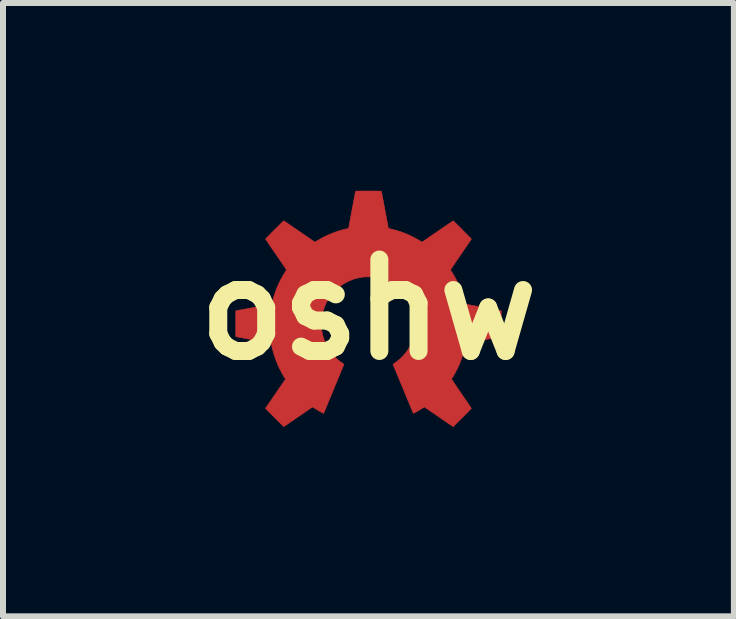
<source format=kicad_pcb>
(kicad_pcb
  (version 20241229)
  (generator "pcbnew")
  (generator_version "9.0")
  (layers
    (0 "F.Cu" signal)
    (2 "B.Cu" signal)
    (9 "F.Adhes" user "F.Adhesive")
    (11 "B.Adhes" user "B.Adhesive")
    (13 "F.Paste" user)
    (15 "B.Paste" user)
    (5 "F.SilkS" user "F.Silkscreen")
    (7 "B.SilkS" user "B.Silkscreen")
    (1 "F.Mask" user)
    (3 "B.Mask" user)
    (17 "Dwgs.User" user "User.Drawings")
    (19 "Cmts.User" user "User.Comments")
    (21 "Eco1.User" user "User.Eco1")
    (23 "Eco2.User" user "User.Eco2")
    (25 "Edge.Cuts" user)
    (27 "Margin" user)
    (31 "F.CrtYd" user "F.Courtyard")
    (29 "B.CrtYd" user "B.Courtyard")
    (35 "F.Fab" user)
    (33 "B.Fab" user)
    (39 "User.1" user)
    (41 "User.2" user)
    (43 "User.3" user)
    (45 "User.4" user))
  (footprint "oshw"
    (layer "F.Cu")
    (at 3.092 2.111)
    (property "Reference" "oshw" (at 0 0 0) (layer "F.SilkS") (effects (font (size 1.524 1.524) (thickness 0.3))))
    (attr through_hole)
    (fp_poly (pts (xy 0.034 -1.977) (xy 0.06 -1.977) (xy 0.086 -1.977) (xy 0.111 -1.976) (xy 0.134 -1.976) (xy 0.155 -1.976) (xy 0.173 -1.976) (xy 0.189 -1.975) (xy 0.201 -1.975) (xy 0.21 -1.974) (xy 0.215 -1.974) (xy 0.215 -1.974) (xy 0.216 -1.971) (xy 0.217 -1.964) (xy 0.219 -1.953) (xy 0.222 -1.939) (xy 0.225 -1.921) (xy 0.229 -1.899) (xy 0.234 -1.875) (xy 0.239 -1.848) (xy 0.245 -1.819) (xy 0.25 -1.787) (xy 0.257 -1.754) (xy 0.263 -1.719) (xy 0.27 -1.682) (xy 0.274 -1.662) (xy 0.331 -1.354) (xy 0.365 -1.346) (xy 0.448 -1.325) (xy 0.53 -1.3) (xy 0.611 -1.27) (xy 0.69 -1.236) (xy 0.768 -1.197) (xy 0.843 -1.155) (xy 0.866 -1.141) (xy 0.876 -1.135) (xy 0.884 -1.131) (xy 0.891 -1.127) (xy 0.895 -1.126) (xy 0.895 -1.126) (xy 0.897 -1.128) (xy 0.903 -1.132) (xy 0.912 -1.138) (xy 0.924 -1.146) (xy 0.939 -1.157) (xy 0.957 -1.169) (xy 0.978 -1.183) (xy 1 -1.199) (xy 1.025 -1.215) (xy 1.051 -1.234) (xy 1.079 -1.253) (xy 1.109 -1.273) (xy 1.139 -1.294) (xy 1.154 -1.304) (xy 1.185 -1.325) (xy 1.215 -1.346) (xy 1.243 -1.365) (xy 1.271 -1.384) (xy 1.296 -1.401) (xy 1.32 -1.417) (xy 1.341 -1.432) (xy 1.36 -1.445) (xy 1.376 -1.456) (xy 1.39 -1.465) (xy 1.401 -1.472) (xy 1.408 -1.477) (xy 1.412 -1.48) (xy 1.412 -1.48) (xy 1.414 -1.479) (xy 1.419 -1.474) (xy 1.427 -1.467) (xy 1.437 -1.457) (xy 1.449 -1.445) (xy 1.463 -1.431) (xy 1.478 -1.416) (xy 1.495 -1.399) (xy 1.513 -1.381) (xy 1.532 -1.363) (xy 1.551 -1.344) (xy 1.57 -1.324) (xy 1.589 -1.305) (xy 1.608 -1.286) (xy 1.626 -1.268) (xy 1.644 -1.251) (xy 1.66 -1.234) (xy 1.674 -1.22) (xy 1.687 -1.207) (xy 1.698 -1.196) (xy 1.706 -1.187) (xy 1.712 -1.181) (xy 1.715 -1.178) (xy 1.716 -1.177) (xy 1.714 -1.175) (xy 1.711 -1.169) (xy 1.705 -1.16) (xy 1.696 -1.148) (xy 1.686 -1.133) (xy 1.674 -1.115) (xy 1.66 -1.095) (xy 1.645 -1.073) (xy 1.628 -1.048) (xy 1.61 -1.022) (xy 1.591 -0.994) (xy 1.571 -0.965) (xy 1.55 -0.934) (xy 1.541 -0.921) (xy 1.52 -0.89) (xy 1.499 -0.86) (xy 1.48 -0.832) (xy 1.461 -0.805) (xy 1.444 -0.779) (xy 1.428 -0.756) (xy 1.414 -0.735) (xy 1.401 -0.716) (xy 1.39 -0.699) (xy 1.381 -0.686) (xy 1.374 -0.675) (xy 1.369 -0.668) (xy 1.366 -0.664) (xy 1.366 -0.664) (xy 1.367 -0.661) (xy 1.371 -0.655) (xy 1.376 -0.647) (xy 1.382 -0.638) (xy 1.384 -0.634) (xy 1.407 -0.597) (xy 1.431 -0.557) (xy 1.454 -0.515) (xy 1.476 -0.472) (xy 1.496 -0.431) (xy 1.503 -0.416) (xy 1.522 -0.372) (xy 1.541 -0.325) (xy 1.558 -0.276) (xy 1.574 -0.226) (xy 1.589 -0.177) (xy 1.601 -0.131) (xy 1.601 -0.129) (xy 1.61 -0.093) (xy 1.62 -0.091) (xy 1.623 -0.09) (xy 1.631 -0.088) (xy 1.642 -0.086) (xy 1.658 -0.083) (xy 1.676 -0.08) (xy 1.698 -0.076) (xy 1.723 -0.071) (xy 1.751 -0.066) (xy 1.78 -0.061) (xy 1.812 -0.055) (xy 1.845 -0.048) (xy 1.88 -0.042) (xy 1.916 -0.035) (xy 1.921 -0.034) (xy 2.212 0.02) (xy 2.212 0.235) (xy 2.212 0.271) (xy 2.212 0.303) (xy 2.212 0.331) (xy 2.212 0.355) (xy 2.212 0.376) (xy 2.212 0.394) (xy 2.212 0.408) (xy 2.211 0.42) (xy 2.211 0.429) (xy 2.211 0.436) (xy 2.211 0.442) (xy 2.21 0.446) (xy 2.21 0.448) (xy 2.209 0.45) (xy 2.209 0.45) (xy 2.208 0.451) (xy 2.205 0.451) (xy 2.198 0.453) (xy 2.187 0.455) (xy 2.173 0.457) (xy 2.154 0.461) (xy 2.133 0.465) (xy 2.109 0.469) (xy 2.082 0.474) (xy 2.053 0.48) (xy 2.022 0.486) (xy 1.988 0.492) (xy 1.954 0.498) (xy 1.918 0.505) (xy 1.913 0.506) (xy 1.621 0.56) (xy 1.613 0.6) (xy 1.594 0.682) (xy 1.57 0.763) (xy 1.542 0.842) (xy 1.511 0.92) (xy 1.475 0.996) (xy 1.436 1.07) (xy 1.404 1.124) (xy 1.398 1.135) (xy 1.392 1.144) (xy 1.387 1.151) (xy 1.385 1.156) (xy 1.384 1.157) (xy 1.385 1.16) (xy 1.389 1.166) (xy 1.395 1.175) (xy 1.404 1.188) (xy 1.414 1.205) (xy 1.427 1.224) (xy 1.442 1.246) (xy 1.46 1.272) (xy 1.479 1.3) (xy 1.499 1.33) (xy 1.522 1.363) (xy 1.546 1.399) (xy 1.549 1.402) (xy 1.569 1.432) (xy 1.589 1.461) (xy 1.608 1.489) (xy 1.626 1.515) (xy 1.643 1.539) (xy 1.658 1.562) (xy 1.672 1.582) (xy 1.684 1.6) (xy 1.694 1.616) (xy 1.703 1.628) (xy 1.709 1.638) (xy 1.713 1.644) (xy 1.714 1.646) (xy 1.714 1.646) (xy 1.713 1.648) (xy 1.708 1.654) (xy 1.701 1.661) (xy 1.691 1.672) (xy 1.678 1.685) (xy 1.664 1.7) (xy 1.647 1.716) (xy 1.629 1.735) (xy 1.609 1.754) (xy 1.589 1.775) (xy 1.567 1.797) (xy 1.563 1.8) (xy 1.412 1.951) (xy 1.203 1.808) (xy 1.174 1.788) (xy 1.146 1.769) (xy 1.119 1.75) (xy 1.093 1.732) (xy 1.069 1.716) (xy 1.046 1.7) (xy 1.025 1.686) (xy 1.007 1.673) (xy 0.991 1.662) (xy 0.978 1.653) (xy 0.969 1.647) (xy 0.963 1.643) (xy 0.931 1.621) (xy 0.91 1.636) (xy 0.896 1.645) (xy 0.881 1.654) (xy 0.865 1.664) (xy 0.848 1.674) (xy 0.831 1.684) (xy 0.814 1.694) (xy 0.799 1.703) (xy 0.784 1.711) (xy 0.771 1.717) (xy 0.761 1.723) (xy 0.753 1.726) (xy 0.749 1.728) (xy 0.747 1.728) (xy 0.746 1.726) (xy 0.744 1.719) (xy 0.74 1.709) (xy 0.734 1.696) (xy 0.727 1.679) (xy 0.719 1.659) (xy 0.71 1.637) (xy 0.699 1.612) (xy 0.688 1.584) (xy 0.676 1.555) (xy 0.663 1.524) (xy 0.649 1.492) (xy 0.635 1.458) (xy 0.621 1.423) (xy 0.606 1.388) (xy 0.592 1.352) (xy 0.577 1.316) (xy 0.562 1.28) (xy 0.547 1.244) (xy 0.532 1.209) (xy 0.518 1.175) (xy 0.504 1.141) (xy 0.491 1.109) (xy 0.478 1.079) (xy 0.467 1.05) (xy 0.456 1.023) (xy 0.445 0.999) (xy 0.437 0.977) (xy 0.429 0.959) (xy 0.422 0.943) (xy 0.417 0.93) (xy 0.413 0.921) (xy 0.411 0.916) (xy 0.411 0.915) (xy 0.411 0.913) (xy 0.412 0.911) (xy 0.414 0.908) (xy 0.419 0.904) (xy 0.428 0.898) (xy 0.438 0.891) (xy 0.466 0.872) (xy 0.49 0.852) (xy 0.514 0.832) (xy 0.538 0.81) (xy 0.555 0.793) (xy 0.579 0.769) (xy 0.599 0.746) (xy 0.618 0.723) (xy 0.636 0.7) (xy 0.654 0.674) (xy 0.655 0.673) (xy 0.686 0.622) (xy 0.713 0.569) (xy 0.736 0.515) (xy 0.755 0.459) (xy 0.769 0.401) (xy 0.78 0.341) (xy 0.783 0.314) (xy 0.784 0.3) (xy 0.785 0.283) (xy 0.785 0.263) (xy 0.786 0.242) (xy 0.786 0.221) (xy 0.785 0.201) (xy 0.785 0.183) (xy 0.784 0.168) (xy 0.783 0.162) (xy 0.775 0.102) (xy 0.763 0.046) (xy 0.747 -0.009) (xy 0.727 -0.061) (xy 0.704 -0.112) (xy 0.676 -0.163) (xy 0.664 -0.182) (xy 0.631 -0.231) (xy 0.594 -0.276) (xy 0.554 -0.319) (xy 0.511 -0.359) (xy 0.465 -0.396) (xy 0.416 -0.429) (xy 0.364 -0.458) (xy 0.311 -0.484) (xy 0.255 -0.506) (xy 0.251 -0.507) (xy 0.215 -0.518) (xy 0.177 -0.528) (xy 0.138 -0.536) (xy 0.099 -0.542) (xy 0.074 -0.545) (xy 0.059 -0.546) (xy 0.04 -0.547) (xy 0.02 -0.547) (xy -0.002 -0.547) (xy -0.023 -0.547) (xy -0.044 -0.547) (xy -0.061 -0.546) (xy -0.073 -0.545) (xy -0.132 -0.537) (xy -0.189 -0.525) (xy -0.245 -0.509) (xy -0.3 -0.488) (xy -0.353 -0.464) (xy -0.404 -0.436) (xy -0.453 -0.404) (xy -0.499 -0.369) (xy -0.543 -0.33) (xy -0.583 -0.289) (xy -0.621 -0.244) (xy -0.655 -0.196) (xy -0.686 -0.146) (xy -0.701 -0.118) (xy -0.725 -0.066) (xy -0.744 -0.015) (xy -0.76 0.038) (xy -0.773 0.092) (xy -0.781 0.148) (xy -0.782 0.151) (xy -0.783 0.168) (xy -0.785 0.189) (xy -0.785 0.212) (xy -0.786 0.236) (xy -0.786 0.259) (xy -0.785 0.282) (xy -0.784 0.302) (xy -0.783 0.314) (xy -0.775 0.374) (xy -0.762 0.431) (xy -0.746 0.487) (xy -0.725 0.541) (xy -0.702 0.591) (xy -0.673 0.644) (xy -0.64 0.694) (xy -0.603 0.742) (xy -0.563 0.786) (xy -0.52 0.828) (xy -0.473 0.866) (xy -0.432 0.895) (xy -0.423 0.901) (xy -0.416 0.907) (xy -0.411 0.911) (xy -0.41 0.913) (xy -0.41 0.913) (xy -0.411 0.915) (xy -0.413 0.922) (xy -0.417 0.932) (xy -0.423 0.946) (xy -0.43 0.963) (xy -0.439 0.984) (xy -0.449 1.007) (xy -0.46 1.034) (xy -0.472 1.063) (xy -0.484 1.094) (xy -0.498 1.127) (xy -0.513 1.163) (xy -0.528 1.2) (xy -0.544 1.238) (xy -0.561 1.278) (xy -0.576 1.314) (xy -0.593 1.355) (xy -0.609 1.395) (xy -0.625 1.434) (xy -0.641 1.471) (xy -0.655 1.506) (xy -0.669 1.54) (xy -0.682 1.571) (xy -0.694 1.6) (xy -0.705 1.626) (xy -0.715 1.65) (xy -0.723 1.671) (xy -0.731 1.688) (xy -0.736 1.702) (xy -0.741 1.712) (xy -0.743 1.719) (xy -0.744 1.721) (xy -0.748 1.73) (xy -0.762 1.722) (xy -0.778 1.714) (xy -0.796 1.704) (xy -0.816 1.693) (xy -0.838 1.68) (xy -0.859 1.667) (xy -0.88 1.655) (xy -0.899 1.643) (xy -0.913 1.633) (xy -0.922 1.628) (xy -0.929 1.624) (xy -0.933 1.623) (xy -0.934 1.623) (xy -0.936 1.625) (xy -0.942 1.629) (xy -0.951 1.635) (xy -0.963 1.643) (xy -0.977 1.653) (xy -0.994 1.665) (xy -1.014 1.678) (xy -1.035 1.692) (xy -1.057 1.708) (xy -1.081 1.724) (xy -1.106 1.741) (xy -1.131 1.759) (xy -1.157 1.776) (xy -1.183 1.794) (xy -1.209 1.812) (xy -1.235 1.83) (xy -1.26 1.847) (xy -1.284 1.863) (xy -1.307 1.879) (xy -1.328 1.893) (xy -1.347 1.907) (xy -1.365 1.919) (xy -1.379 1.929) (xy -1.392 1.937) (xy -1.401 1.943) (xy -1.407 1.948) (xy -1.41 1.949) (xy -1.41 1.949) (xy -1.412 1.948) (xy -1.417 1.944) (xy -1.425 1.936) (xy -1.435 1.927) (xy -1.448 1.914) (xy -1.462 1.9) (xy -1.479 1.884) (xy -1.497 1.866) (xy -1.517 1.846) (xy -1.538 1.825) (xy -1.56 1.804) (xy -1.564 1.799) (xy -1.592 1.771) (xy -1.617 1.746) (xy -1.638 1.724) (xy -1.657 1.706) (xy -1.673 1.689) (xy -1.686 1.676) (xy -1.696 1.665) (xy -1.704 1.656) (xy -1.71 1.65) (xy -1.713 1.646) (xy -1.714 1.644) (xy -1.714 1.644) (xy -1.713 1.641) (xy -1.709 1.636) (xy -1.703 1.626) (xy -1.694 1.614) (xy -1.684 1.599) (xy -1.671 1.581) (xy -1.658 1.561) (xy -1.642 1.538) (xy -1.625 1.514) (xy -1.608 1.488) (xy -1.589 1.46) (xy -1.569 1.431) (xy -1.548 1.401) (xy -1.548 1.401) (xy -1.527 1.371) (xy -1.507 1.342) (xy -1.489 1.314) (xy -1.471 1.288) (xy -1.454 1.264) (xy -1.439 1.242) (xy -1.425 1.222) (xy -1.413 1.204) (xy -1.403 1.189) (xy -1.394 1.176) (xy -1.388 1.167) (xy -1.385 1.162) (xy -1.383 1.159) (xy -1.383 1.159) (xy -1.384 1.157) (xy -1.387 1.151) (xy -1.392 1.143) (xy -1.398 1.134) (xy -1.4 1.131) (xy -1.442 1.058) (xy -1.482 0.983) (xy -1.517 0.905) (xy -1.548 0.826) (xy -1.575 0.746) (xy -1.598 0.664) (xy -1.612 0.604) (xy -1.615 0.59) (xy -1.617 0.579) (xy -1.619 0.569) (xy -1.621 0.563) (xy -1.622 0.56) (xy -1.622 0.56) (xy -1.624 0.559) (xy -1.63 0.558) (xy -1.641 0.556) (xy -1.655 0.554) (xy -1.673 0.55) (xy -1.694 0.546) (xy -1.718 0.542) (xy -1.744 0.537) (xy -1.773 0.532) (xy -1.804 0.526) (xy -1.837 0.52) (xy -1.872 0.513) (xy -1.907 0.507) (xy -1.912 0.506) (xy -1.948 0.499) (xy -1.983 0.493) (xy -2.016 0.487) (xy -2.048 0.481) (xy -2.077 0.475) (xy -2.104 0.47) (xy -2.129 0.466) (xy -2.151 0.462) (xy -2.169 0.458) (xy -2.184 0.455) (xy -2.196 0.453) (xy -2.204 0.452) (xy -2.207 0.451) (xy -2.207 0.451) (xy -2.212 0.45) (xy -2.212 0.235) (xy -2.212 0.02) (xy -1.915 -0.035) (xy -1.878 -0.042) (xy -1.843 -0.049) (xy -1.809 -0.055) (xy -1.778 -0.061) (xy -1.748 -0.066) (xy -1.72 -0.072) (xy -1.695 -0.076) (xy -1.673 -0.08) (xy -1.654 -0.084) (xy -1.638 -0.087) (xy -1.626 -0.089) (xy -1.618 -0.091) (xy -1.614 -0.091) (xy -1.614 -0.091) (xy -1.612 -0.093) (xy -1.61 -0.098) (xy -1.607 -0.105) (xy -1.604 -0.117) (xy -1.601 -0.129) (xy -1.581 -0.205) (xy -1.557 -0.281) (xy -1.528 -0.357) (xy -1.496 -0.431) (xy -1.46 -0.504) (xy -1.42 -0.575) (xy -1.387 -0.629) (xy -1.38 -0.64) (xy -1.374 -0.65) (xy -1.37 -0.657) (xy -1.367 -0.662) (xy -1.366 -0.664) (xy -1.368 -0.666) (xy -1.371 -0.672) (xy -1.377 -0.681) (xy -1.386 -0.693) (xy -1.396 -0.708) (xy -1.408 -0.726) (xy -1.422 -0.747) (xy -1.437 -0.769) (xy -1.454 -0.794) (xy -1.472 -0.82) (xy -1.491 -0.848) (xy -1.511 -0.877) (xy -1.532 -0.908) (xy -1.541 -0.921) (xy -1.562 -0.952) (xy -1.583 -0.982) (xy -1.602 -1.01) (xy -1.621 -1.037) (xy -1.638 -1.062) (xy -1.654 -1.086) (xy -1.668 -1.107) (xy -1.681 -1.126) (xy -1.692 -1.142) (xy -1.701 -1.156) (xy -1.708 -1.166) (xy -1.713 -1.173) (xy -1.715 -1.177) (xy -1.716 -1.177) (xy -1.714 -1.179) (xy -1.709 -1.184) (xy -1.702 -1.191) (xy -1.692 -1.201) (xy -1.68 -1.214) (xy -1.667 -1.227) (xy -1.651 -1.243) (xy -1.634 -1.26) (xy -1.617 -1.278) (xy -1.598 -1.296) (xy -1.579 -1.315) (xy -1.56 -1.335) (xy -1.54 -1.354) (xy -1.522 -1.373) (xy -1.503 -1.391) (xy -1.486 -1.408) (xy -1.47 -1.424) (xy -1.455 -1.439) (xy -1.442 -1.452) (xy -1.431 -1.462) (xy -1.422 -1.471) (xy -1.416 -1.477) (xy -1.413 -1.48) (xy -1.412 -1.48) (xy -1.41 -1.479) (xy -1.405 -1.475) (xy -1.395 -1.469) (xy -1.383 -1.461) (xy -1.368 -1.451) (xy -1.35 -1.438) (xy -1.33 -1.425) (xy -1.308 -1.409) (xy -1.283 -1.392) (xy -1.257 -1.374) (xy -1.229 -1.355) (xy -1.199 -1.335) (xy -1.169 -1.314) (xy -1.154 -1.304) (xy -1.123 -1.283) (xy -1.093 -1.262) (xy -1.064 -1.243) (xy -1.037 -1.224) (xy -1.012 -1.206) (xy -0.988 -1.19) (xy -0.967 -1.176) (xy -0.947 -1.162) (xy -0.931 -1.151) (xy -0.917 -1.142) (xy -0.907 -1.134) (xy -0.899 -1.129) (xy -0.895 -1.127) (xy -0.895 -1.126) (xy -0.892 -1.127) (xy -0.886 -1.13) (xy -0.878 -1.134) (xy -0.868 -1.14) (xy -0.866 -1.141) (xy -0.792 -1.184) (xy -0.717 -1.223) (xy -0.639 -1.258) (xy -0.561 -1.289) (xy -0.481 -1.316) (xy -0.4 -1.338) (xy -0.365 -1.346) (xy -0.331 -1.354) (xy -0.274 -1.662) (xy -0.267 -1.699) (xy -0.26 -1.735) (xy -0.254 -1.77) (xy -0.248 -1.802) (xy -0.242 -1.833) (xy -0.237 -1.861) (xy -0.232 -1.887) (xy -0.227 -1.91) (xy -0.224 -1.93) (xy -0.221 -1.946) (xy -0.218 -1.959) (xy -0.216 -1.968) (xy -0.215 -1.973) (xy -0.215 -1.974) (xy -0.213 -1.974) (xy -0.206 -1.975) (xy -0.196 -1.975) (xy -0.182 -1.975) (xy -0.165 -1.976) (xy -0.145 -1.976) (xy -0.123 -1.976) (xy -0.099 -1.977) (xy -0.074 -1.977) (xy -0.048 -1.977) (xy -0.021 -1.977) (xy 0.006 -1.977) (xy 0.034 -1.977)) (stroke (width 0.01) (type solid)) (fill yes) (layer "F.Cu"))
    (fp_poly (pts (xy 0.044 -2.106) (xy 0.083 -2.106) (xy 0.119 -2.106) (xy 0.15 -2.106) (xy 0.178 -2.106) (xy 0.202 -2.106) (xy 0.223 -2.106) (xy 0.241 -2.106) (xy 0.257 -2.105) (xy 0.269 -2.105) (xy 0.28 -2.105) (xy 0.289 -2.105) (xy 0.296 -2.104) (xy 0.301 -2.104) (xy 0.305 -2.104) (xy 0.308 -2.103) (xy 0.31 -2.103) (xy 0.312 -2.102) (xy 0.313 -2.102) (xy 0.313 -2.102) (xy 0.319 -2.096) (xy 0.324 -2.09) (xy 0.324 -2.089) (xy 0.325 -2.086) (xy 0.326 -2.079) (xy 0.329 -2.067) (xy 0.332 -2.052) (xy 0.336 -2.033) (xy 0.34 -2.012) (xy 0.345 -1.987) (xy 0.35 -1.96) (xy 0.356 -1.93) (xy 0.362 -1.898) (xy 0.368 -1.865) (xy 0.374 -1.83) (xy 0.381 -1.793) (xy 0.383 -1.783) (xy 0.39 -1.746) (xy 0.397 -1.711) (xy 0.403 -1.677) (xy 0.409 -1.645) (xy 0.415 -1.614) (xy 0.42 -1.586) (xy 0.425 -1.561) (xy 0.43 -1.538) (xy 0.434 -1.519) (xy 0.437 -1.502) (xy 0.439 -1.49) (xy 0.441 -1.481) (xy 0.442 -1.477) (xy 0.442 -1.476) (xy 0.447 -1.47) (xy 0.453 -1.463) (xy 0.453 -1.462) (xy 0.457 -1.46) (xy 0.464 -1.457) (xy 0.475 -1.452) (xy 0.488 -1.446) (xy 0.505 -1.439) (xy 0.524 -1.431) (xy 0.546 -1.422) (xy 0.569 -1.412) (xy 0.593 -1.402) (xy 0.619 -1.391) (xy 0.645 -1.38) (xy 0.672 -1.37) (xy 0.698 -1.359) (xy 0.724 -1.348) (xy 0.749 -1.338) (xy 0.773 -1.328) (xy 0.796 -1.319) (xy 0.817 -1.311) (xy 0.835 -1.304) (xy 0.851 -1.297) (xy 0.864 -1.293) (xy 0.874 -1.289) (xy 0.88 -1.287) (xy 0.881 -1.287) (xy 0.893 -1.288) (xy 0.901 -1.29) (xy 0.904 -1.292) (xy 0.911 -1.296) (xy 0.921 -1.303) (xy 0.934 -1.312) (xy 0.95 -1.322) (xy 0.968 -1.335) (xy 0.989 -1.349) (xy 1.013 -1.365) (xy 1.038 -1.382) (xy 1.064 -1.4) (xy 1.093 -1.419) (xy 1.122 -1.44) (xy 1.152 -1.46) (xy 1.158 -1.465) (xy 1.189 -1.485) (xy 1.218 -1.506) (xy 1.247 -1.525) (xy 1.274 -1.543) (xy 1.299 -1.561) (xy 1.322 -1.576) (xy 1.344 -1.591) (xy 1.363 -1.604) (xy 1.379 -1.615) (xy 1.392 -1.624) (xy 1.403 -1.63) (xy 1.41 -1.635) (xy 1.413 -1.637) (xy 1.414 -1.637) (xy 1.424 -1.639) (xy 1.431 -1.638) (xy 1.432 -1.638) (xy 1.434 -1.637) (xy 1.437 -1.635) (xy 1.44 -1.633) (xy 1.444 -1.629) (xy 1.449 -1.625) (xy 1.456 -1.619) (xy 1.464 -1.611) (xy 1.473 -1.602) (xy 1.484 -1.591) (xy 1.498 -1.578) (xy 1.513 -1.563) (xy 1.53 -1.546) (xy 1.55 -1.526) (xy 1.573 -1.504) (xy 1.598 -1.478) (xy 1.626 -1.45) (xy 1.655 -1.422) (xy 1.687 -1.39) (xy 1.715 -1.362) (xy 1.741 -1.336) (xy 1.763 -1.314) (xy 1.783 -1.293) (xy 1.801 -1.276) (xy 1.816 -1.26) (xy 1.829 -1.247) (xy 1.84 -1.235) (xy 1.85 -1.225) (xy 1.857 -1.217) (xy 1.863 -1.21) (xy 1.868 -1.204) (xy 1.871 -1.199) (xy 1.873 -1.195) (xy 1.875 -1.192) (xy 1.875 -1.189) (xy 1.875 -1.187) (xy 1.874 -1.185) (xy 1.874 -1.182) (xy 1.873 -1.18) (xy 1.872 -1.179) (xy 1.871 -1.176) (xy 1.866 -1.169) (xy 1.86 -1.159) (xy 1.851 -1.146) (xy 1.841 -1.13) (xy 1.828 -1.112) (xy 1.814 -1.091) (xy 1.799 -1.068) (xy 1.782 -1.043) (xy 1.764 -1.017) (xy 1.745 -0.989) (xy 1.725 -0.96) (xy 1.704 -0.929) (xy 1.704 -0.929) (xy 1.683 -0.899) (xy 1.663 -0.87) (xy 1.644 -0.842) (xy 1.626 -0.816) (xy 1.609 -0.791) (xy 1.593 -0.768) (xy 1.579 -0.747) (xy 1.566 -0.728) (xy 1.556 -0.712) (xy 1.547 -0.699) (xy 1.54 -0.689) (xy 1.536 -0.682) (xy 1.534 -0.679) (xy 1.532 -0.676) (xy 1.53 -0.673) (xy 1.529 -0.67) (xy 1.529 -0.667) (xy 1.529 -0.663) (xy 1.529 -0.659) (xy 1.53 -0.653) (xy 1.532 -0.646) (xy 1.535 -0.637) (xy 1.539 -0.627) (xy 1.544 -0.614) (xy 1.55 -0.599) (xy 1.557 -0.581) (xy 1.566 -0.561) (xy 1.576 -0.537) (xy 1.587 -0.51) (xy 1.601 -0.479) (xy 1.615 -0.444) (xy 1.62 -0.434) (xy 1.632 -0.405) (xy 1.645 -0.376) (xy 1.656 -0.349) (xy 1.667 -0.324) (xy 1.678 -0.3) (xy 1.687 -0.279) (xy 1.695 -0.261) (xy 1.702 -0.245) (xy 1.708 -0.233) (xy 1.712 -0.224) (xy 1.714 -0.219) (xy 1.715 -0.218) (xy 1.716 -0.216) (xy 1.718 -0.214) (xy 1.72 -0.212) (xy 1.722 -0.21) (xy 1.724 -0.208) (xy 1.728 -0.207) (xy 1.733 -0.205) (xy 1.739 -0.203) (xy 1.747 -0.201) (xy 1.756 -0.199) (xy 1.768 -0.196) (xy 1.781 -0.193) (xy 1.798 -0.19) (xy 1.817 -0.186) (xy 1.839 -0.182) (xy 1.864 -0.177) (xy 1.893 -0.171) (xy 1.925 -0.165) (xy 1.962 -0.159) (xy 2.002 -0.151) (xy 2.028 -0.146) (xy 2.064 -0.14) (xy 2.099 -0.133) (xy 2.132 -0.127) (xy 2.164 -0.121) (xy 2.193 -0.115) (xy 2.221 -0.11) (xy 2.246 -0.105) (xy 2.268 -0.101) (xy 2.287 -0.097) (xy 2.302 -0.094) (xy 2.314 -0.091) (xy 2.322 -0.09) (xy 2.325 -0.089) (xy 2.326 -0.089) (xy 2.332 -0.084) (xy 2.337 -0.078) (xy 2.337 -0.078) (xy 2.338 -0.077) (xy 2.338 -0.075) (xy 2.339 -0.073) (xy 2.339 -0.071) (xy 2.34 -0.067) (xy 2.34 -0.063) (xy 2.34 -0.057) (xy 2.34 -0.049) (xy 2.341 -0.039) (xy 2.341 -0.028) (xy 2.341 -0.013) (xy 2.341 0.003) (xy 2.341 0.023) (xy 2.341 0.045) (xy 2.341 0.071) (xy 2.341 0.101) (xy 2.341 0.134) (xy 2.341 0.171) (xy 2.341 0.213) (xy 2.341 0.236) (xy 2.341 0.542) (xy 2.333 0.552) (xy 2.327 0.557) (xy 2.321 0.561) (xy 2.318 0.562) (xy 2.315 0.563) (xy 2.308 0.564) (xy 2.297 0.566) (xy 2.282 0.569) (xy 2.264 0.572) (xy 2.242 0.576) (xy 2.218 0.581) (xy 2.191 0.586) (xy 2.162 0.591) (xy 2.131 0.597) (xy 2.098 0.603) (xy 2.063 0.61) (xy 2.032 0.616) (xy 1.997 0.622) (xy 1.963 0.629) (xy 1.93 0.635) (xy 1.899 0.641) (xy 1.87 0.646) (xy 1.843 0.651) (xy 1.819 0.656) (xy 1.798 0.66) (xy 1.78 0.663) (xy 1.766 0.666) (xy 1.755 0.669) (xy 1.748 0.67) (xy 1.746 0.671) (xy 1.738 0.677) (xy 1.73 0.685) (xy 1.724 0.694) (xy 1.723 0.697) (xy 1.72 0.704) (xy 1.716 0.715) (xy 1.71 0.729) (xy 1.703 0.746) (xy 1.695 0.766) (xy 1.686 0.789) (xy 1.676 0.814) (xy 1.665 0.841) (xy 1.653 0.869) (xy 1.642 0.899) (xy 1.633 0.921) (xy 1.618 0.957) (xy 1.605 0.989) (xy 1.594 1.018) (xy 1.584 1.043) (xy 1.576 1.064) (xy 1.568 1.083) (xy 1.562 1.098) (xy 1.557 1.112) (xy 1.553 1.123) (xy 1.55 1.131) (xy 1.548 1.138) (xy 1.546 1.144) (xy 1.545 1.148) (xy 1.545 1.151) (xy 1.545 1.152) (xy 1.545 1.161) (xy 1.547 1.168) (xy 1.552 1.177) (xy 1.558 1.187) (xy 1.56 1.189) (xy 1.566 1.198) (xy 1.575 1.21) (xy 1.585 1.225) (xy 1.597 1.242) (xy 1.61 1.261) (xy 1.624 1.283) (xy 1.64 1.305) (xy 1.656 1.329) (xy 1.673 1.354) (xy 1.691 1.379) (xy 1.708 1.405) (xy 1.726 1.431) (xy 1.744 1.457) (xy 1.761 1.482) (xy 1.778 1.507) (xy 1.794 1.53) (xy 1.809 1.553) (xy 1.823 1.573) (xy 1.835 1.592) (xy 1.846 1.608) (xy 1.856 1.622) (xy 1.863 1.634) (xy 1.869 1.642) (xy 1.872 1.647) (xy 1.873 1.648) (xy 1.874 1.655) (xy 1.874 1.663) (xy 1.874 1.665) (xy 1.874 1.666) (xy 1.873 1.668) (xy 1.872 1.67) (xy 1.871 1.672) (xy 1.869 1.675) (xy 1.865 1.679) (xy 1.861 1.684) (xy 1.856 1.69) (xy 1.849 1.697) (xy 1.841 1.706) (xy 1.831 1.716) (xy 1.819 1.728) (xy 1.805 1.742) (xy 1.789 1.758) (xy 1.771 1.777) (xy 1.749 1.798) (xy 1.726 1.822) (xy 1.699 1.849) (xy 1.669 1.879) (xy 1.661 1.887) (xy 1.635 1.913) (xy 1.609 1.939) (xy 1.585 1.963) (xy 1.562 1.986) (xy 1.54 2.007) (xy 1.52 2.027) (xy 1.502 2.045) (xy 1.485 2.061) (xy 1.471 2.075) (xy 1.46 2.086) (xy 1.451 2.095) (xy 1.445 2.101) (xy 1.442 2.104) (xy 1.441 2.104) (xy 1.435 2.107) (xy 1.428 2.108) (xy 1.422 2.108) (xy 1.42 2.108) (xy 1.418 2.107) (xy 1.415 2.106) (xy 1.412 2.105) (xy 1.408 2.103) (xy 1.404 2.1) (xy 1.398 2.097) (xy 1.39 2.092) (xy 1.381 2.086) (xy 1.37 2.079) (xy 1.357 2.07) (xy 1.342 2.06) (xy 1.324 2.048) (xy 1.304 2.034) (xy 1.281 2.018) (xy 1.254 2) (xy 1.225 1.98) (xy 1.192 1.957) (xy 1.181 1.95) (xy 1.152 1.93) (xy 1.123 1.91) (xy 1.096 1.892) (xy 1.07 1.874) (xy 1.046 1.858) (xy 1.024 1.843) (xy 1.004 1.829) (xy 0.987 1.817) (xy 0.972 1.807) (xy 0.96 1.799) (xy 0.951 1.793) (xy 0.946 1.79) (xy 0.945 1.789) (xy 0.937 1.786) (xy 0.928 1.785) (xy 0.927 1.785) (xy 0.924 1.785) (xy 0.921 1.786) (xy 0.917 1.787) (xy 0.912 1.789) (xy 0.906 1.792) (xy 0.897 1.796) (xy 0.886 1.802) (xy 0.872 1.81) (xy 0.855 1.819) (xy 0.847 1.823) (xy 0.831 1.832) (xy 0.812 1.842) (xy 0.792 1.853) (xy 0.772 1.863) (xy 0.754 1.873) (xy 0.75 1.875) (xy 0.698 1.901) (xy 0.688 1.898) (xy 0.679 1.893) (xy 0.674 1.888) (xy 0.673 1.885) (xy 0.67 1.878) (xy 0.665 1.867) (xy 0.659 1.853) (xy 0.652 1.835) (xy 0.643 1.814) (xy 0.633 1.789) (xy 0.621 1.762) (xy 0.609 1.732) (xy 0.595 1.7) (xy 0.581 1.665) (xy 0.565 1.627) (xy 0.549 1.588) (xy 0.532 1.547) (xy 0.514 1.505) (xy 0.496 1.461) (xy 0.477 1.416) (xy 0.463 1.381) (xy 0.439 1.323) (xy 0.417 1.269) (xy 0.396 1.219) (xy 0.377 1.173) (xy 0.36 1.131) (xy 0.344 1.093) (xy 0.33 1.058) (xy 0.317 1.026) (xy 0.305 0.998) (xy 0.295 0.973) (xy 0.286 0.951) (xy 0.278 0.932) (xy 0.272 0.916) (xy 0.267 0.903) (xy 0.263 0.892) (xy 0.259 0.883) (xy 0.257 0.877) (xy 0.256 0.873) (xy 0.256 0.871) (xy 0.256 0.864) (xy 0.258 0.858) (xy 0.262 0.852) (xy 0.268 0.846) (xy 0.278 0.839) (xy 0.29 0.831) (xy 0.295 0.828) (xy 0.307 0.82) (xy 0.319 0.812) (xy 0.33 0.805) (xy 0.338 0.799) (xy 0.34 0.798) (xy 0.349 0.79) (xy 0.36 0.782) (xy 0.369 0.776) (xy 0.399 0.755) (xy 0.429 0.729) (xy 0.459 0.7) (xy 0.461 0.699) (xy 0.492 0.666) (xy 0.519 0.634) (xy 0.543 0.6) (xy 0.565 0.565) (xy 0.584 0.529) (xy 0.606 0.48) (xy 0.624 0.429) (xy 0.638 0.377) (xy 0.647 0.325) (xy 0.652 0.273) (xy 0.653 0.22) (xy 0.649 0.168) (xy 0.641 0.116) (xy 0.629 0.064) (xy 0.613 0.014) (xy 0.592 -0.035) (xy 0.568 -0.083) (xy 0.539 -0.129) (xy 0.509 -0.171) (xy 0.497 -0.185) (xy 0.482 -0.202) (xy 0.465 -0.219) (xy 0.447 -0.236) (xy 0.43 -0.252) (xy 0.414 -0.266) (xy 0.407 -0.272) (xy 0.363 -0.304) (xy 0.317 -0.333) (xy 0.268 -0.357) (xy 0.218 -0.377) (xy 0.206 -0.381) (xy 0.154 -0.396) (xy 0.101 -0.406) (xy 0.048 -0.413) (xy -0.006 -0.414) (xy -0.059 -0.412) (xy -0.111 -0.405) (xy -0.163 -0.394) (xy -0.213 -0.379) (xy -0.263 -0.359) (xy -0.31 -0.336) (xy -0.356 -0.308) (xy -0.4 -0.277) (xy -0.442 -0.242) (xy -0.448 -0.237) (xy -0.485 -0.198) (xy -0.519 -0.157) (xy -0.55 -0.113) (xy -0.576 -0.067) (xy -0.599 -0.02) (xy -0.618 0.03) (xy -0.633 0.08) (xy -0.644 0.132) (xy -0.651 0.184) (xy -0.653 0.237) (xy -0.652 0.275) (xy -0.646 0.331) (xy -0.636 0.385) (xy -0.622 0.437) (xy -0.603 0.488) (xy -0.581 0.536) (xy -0.554 0.584) (xy -0.54 0.605) (xy -0.517 0.636) (xy -0.491 0.666) (xy -0.464 0.696) (xy -0.434 0.725) (xy -0.404 0.75) (xy -0.374 0.772) (xy -0.369 0.776) (xy -0.36 0.783) (xy -0.349 0.791) (xy -0.34 0.798) (xy -0.332 0.803) (xy -0.322 0.81) (xy -0.31 0.818) (xy -0.298 0.826) (xy -0.295 0.828) (xy -0.281 0.837) (xy -0.271 0.844) (xy -0.264 0.85) (xy -0.259 0.856) (xy -0.257 0.862) (xy -0.256 0.869) (xy -0.256 0.871) (xy -0.256 0.874) (xy -0.257 0.878) (xy -0.26 0.884) (xy -0.263 0.893) (xy -0.267 0.905) (xy -0.273 0.918) (xy -0.28 0.935) (xy -0.287 0.955) (xy -0.297 0.977) (xy -0.307 1.002) (xy -0.319 1.031) (xy -0.332 1.063) (xy -0.346 1.099) (xy -0.362 1.138) (xy -0.38 1.18) (xy -0.399 1.227) (xy -0.42 1.277) (xy -0.443 1.332) (xy -0.463 1.381) (xy -0.482 1.427) (xy -0.501 1.472) (xy -0.519 1.515) (xy -0.536 1.557) (xy -0.553 1.598) (xy -0.569 1.637) (xy -0.584 1.673) (xy -0.599 1.708) (xy -0.612 1.74) (xy -0.624 1.769) (xy -0.635 1.796) (xy -0.645 1.819) (xy -0.654 1.84) (xy -0.661 1.857) (xy -0.666 1.87) (xy -0.671 1.88) (xy -0.673 1.886) (xy -0.674 1.888) (xy -0.68 1.894) (xy -0.688 1.898) (xy -0.698 1.901) (xy -0.75 1.875) (xy -0.768 1.866) (xy -0.788 1.855) (xy -0.808 1.845) (xy -0.827 1.834) (xy -0.844 1.825) (xy -0.847 1.823) (xy -0.866 1.813) (xy -0.881 1.805) (xy -0.893 1.798) (xy -0.903 1.793) (xy -0.91 1.79) (xy -0.915 1.787) (xy -0.92 1.786) (xy -0.923 1.785) (xy -0.926 1.785) (xy -0.927 1.785) (xy -0.936 1.786) (xy -0.944 1.789) (xy -0.945 1.789) (xy -0.947 1.791) (xy -0.954 1.795) (xy -0.964 1.802) (xy -0.977 1.81) (xy -0.992 1.821) (xy -1.01 1.833) (xy -1.031 1.847) (xy -1.054 1.863) (xy -1.078 1.88) (xy -1.105 1.898) (xy -1.132 1.916) (xy -1.161 1.936) (xy -1.181 1.95) (xy -1.215 1.973) (xy -1.246 1.995) (xy -1.273 2.013) (xy -1.297 2.03) (xy -1.319 2.044) (xy -1.337 2.057) (xy -1.353 2.067) (xy -1.366 2.077) (xy -1.378 2.084) (xy -1.387 2.09) (xy -1.395 2.095) (xy -1.402 2.099) (xy -1.407 2.102) (xy -1.411 2.104) (xy -1.414 2.106) (xy -1.417 2.107) (xy -1.419 2.107) (xy -1.421 2.108) (xy -1.422 2.108) (xy -1.43 2.108) (xy -1.436 2.107) (xy -1.442 2.104) (xy -1.444 2.102) (xy -1.447 2.099) (xy -1.453 2.094) (xy -1.462 2.085) (xy -1.473 2.074) (xy -1.487 2.061) (xy -1.503 2.045) (xy -1.521 2.027) (xy -1.541 2.007) (xy -1.562 1.986) (xy -1.585 1.963) (xy -1.609 1.939) (xy -1.634 1.914) (xy -1.66 1.888) (xy -1.663 1.885) (xy -1.693 1.855) (xy -1.721 1.827) (xy -1.745 1.803) (xy -1.767 1.781) (xy -1.786 1.762) (xy -1.802 1.745) (xy -1.817 1.73) (xy -1.829 1.718) (xy -1.839 1.707) (xy -1.848 1.698) (xy -1.855 1.691) (xy -1.861 1.685) (xy -1.865 1.68) (xy -1.868 1.676) (xy -1.87 1.673) (xy -1.872 1.67) (xy -1.873 1.668) (xy -1.873 1.667) (xy -1.874 1.665) (xy -1.874 1.665) (xy -1.874 1.657) (xy -1.873 1.65) (xy -1.873 1.648) (xy -1.871 1.645) (xy -1.867 1.639) (xy -1.861 1.63) (xy -1.852 1.617) (xy -1.842 1.601) (xy -1.83 1.583) (xy -1.816 1.563) (xy -1.8 1.54) (xy -1.784 1.516) (xy -1.766 1.489) (xy -1.747 1.462) (xy -1.727 1.433) (xy -1.711 1.409) (xy -1.691 1.38) (xy -1.671 1.351) (xy -1.652 1.324) (xy -1.635 1.298) (xy -1.618 1.274) (xy -1.603 1.252) (xy -1.589 1.232) (xy -1.577 1.214) (xy -1.567 1.199) (xy -1.559 1.187) (xy -1.553 1.178) (xy -1.549 1.172) (xy -1.548 1.17) (xy -1.547 1.168) (xy -1.546 1.165) (xy -1.545 1.163) (xy -1.544 1.159) (xy -1.545 1.156) (xy -1.545 1.151) (xy -1.547 1.145) (xy -1.549 1.138) (xy -1.552 1.129) (xy -1.555 1.117) (xy -1.56 1.104) (xy -1.566 1.089) (xy -1.573 1.07) (xy -1.582 1.049) (xy -1.591 1.024) (xy -1.603 0.996) (xy -1.615 0.964) (xy -1.63 0.929) (xy -1.633 0.921) (xy -1.645 0.89) (xy -1.657 0.861) (xy -1.668 0.833) (xy -1.678 0.807) (xy -1.688 0.783) (xy -1.697 0.761) (xy -1.705 0.741) (xy -1.712 0.725) (xy -1.717 0.712) (xy -1.721 0.702) (xy -1.723 0.696) (xy -1.724 0.694) (xy -1.73 0.685) (xy -1.738 0.676) (xy -1.746 0.671) (xy -1.749 0.67) (xy -1.756 0.668) (xy -1.767 0.666) (xy -1.782 0.663) (xy -1.801 0.659) (xy -1.822 0.655) (xy -1.846 0.651) (xy -1.873 0.645) (xy -1.902 0.64) (xy -1.934 0.634) (xy -1.967 0.628) (xy -2.001 0.621) (xy -2.032 0.616) (xy -2.068 0.609) (xy -2.102 0.603) (xy -2.135 0.597) (xy -2.165 0.591) (xy -2.194 0.585) (xy -2.221 0.58) (xy -2.245 0.576) (xy -2.266 0.572) (xy -2.284 0.569) (xy -2.298 0.566) (xy -2.309 0.564) (xy -2.316 0.563) (xy -2.318 0.562) (xy -2.323 0.56) (xy -2.329 0.555) (xy -2.333 0.552) (xy -2.341 0.542) (xy -2.341 0.236) (xy -2.341 0.192) (xy -2.341 0.153) (xy -2.341 0.117) (xy -2.341 0.086) (xy -2.341 0.058) (xy -2.341 0.034) (xy -2.341 0.013) (xy -2.341 -0.005) (xy -2.341 -0.021) (xy -2.341 -0.034) (xy -2.341 -0.044) (xy -2.34 -0.053) (xy -2.34 -0.06) (xy -2.34 -0.065) (xy -2.339 -0.069) (xy -2.339 -0.072) (xy -2.338 -0.074) (xy -2.338 -0.076) (xy -2.337 -0.077) (xy -2.337 -0.078) (xy -2.332 -0.084) (xy -2.326 -0.089) (xy -2.326 -0.089) (xy -2.322 -0.09) (xy -2.315 -0.091) (xy -2.304 -0.094) (xy -2.289 -0.097) (xy -2.27 -0.1) (xy -2.249 -0.105) (xy -2.224 -0.109) (xy -2.197 -0.114) (xy -2.168 -0.12) (xy -2.136 -0.126) (xy -2.103 -0.132) (xy -2.068 -0.139) (xy -2.032 -0.146) (xy -2.028 -0.146) (xy -1.985 -0.154) (xy -1.946 -0.162) (xy -1.911 -0.168) (xy -1.88 -0.174) (xy -1.853 -0.179) (xy -1.829 -0.184) (xy -1.808 -0.188) (xy -1.79 -0.191) (xy -1.775 -0.194) (xy -1.762 -0.197) (xy -1.752 -0.2) (xy -1.743 -0.202) (xy -1.736 -0.204) (xy -1.731 -0.206) (xy -1.726 -0.207) (xy -1.723 -0.209) (xy -1.721 -0.211) (xy -1.719 -0.213) (xy -1.717 -0.214) (xy -1.716 -0.217) (xy -1.715 -0.218) (xy -1.713 -0.221) (xy -1.71 -0.228) (xy -1.705 -0.239) (xy -1.698 -0.253) (xy -1.691 -0.27) (xy -1.682 -0.29) (xy -1.672 -0.312) (xy -1.662 -0.337) (xy -1.65 -0.363) (xy -1.638 -0.391) (xy -1.626 -0.42) (xy -1.62 -0.434) (xy -1.604 -0.47) (xy -1.591 -0.502) (xy -1.579 -0.53) (xy -1.568 -0.555) (xy -1.559 -0.576) (xy -1.552 -0.594) (xy -1.545 -0.61) (xy -1.54 -0.623) (xy -1.536 -0.635) (xy -1.533 -0.644) (xy -1.531 -0.651) (xy -1.529 -0.657) (xy -1.529 -0.662) (xy -1.529 -0.666) (xy -1.529 -0.67) (xy -1.53 -0.673) (xy -1.532 -0.675) (xy -1.533 -0.678) (xy -1.534 -0.679) (xy -1.536 -0.682) (xy -1.54 -0.689) (xy -1.547 -0.699) (xy -1.556 -0.712) (xy -1.566 -0.728) (xy -1.579 -0.747) (xy -1.593 -0.768) (xy -1.609 -0.791) (xy -1.626 -0.816) (xy -1.644 -0.842) (xy -1.664 -0.87) (xy -1.684 -0.899) (xy -1.704 -0.929) (xy -1.725 -0.959) (xy -1.745 -0.989) (xy -1.764 -1.017) (xy -1.782 -1.043) (xy -1.799 -1.068) (xy -1.814 -1.091) (xy -1.828 -1.112) (xy -1.841 -1.13) (xy -1.851 -1.146) (xy -1.86 -1.159) (xy -1.866 -1.169) (xy -1.871 -1.176) (xy -1.872 -1.179) (xy -1.872 -1.179) (xy -1.873 -1.181) (xy -1.874 -1.184) (xy -1.875 -1.186) (xy -1.875 -1.188) (xy -1.875 -1.191) (xy -1.874 -1.194) (xy -1.872 -1.198) (xy -1.869 -1.202) (xy -1.865 -1.208) (xy -1.859 -1.214) (xy -1.852 -1.222) (xy -1.844 -1.232) (xy -1.833 -1.242) (xy -1.821 -1.255) (xy -1.806 -1.27) (xy -1.79 -1.287) (xy -1.77 -1.306) (xy -1.749 -1.328) (xy -1.724 -1.353) (xy -1.697 -1.38) (xy -1.666 -1.411) (xy -1.655 -1.422) (xy -1.624 -1.453) (xy -1.596 -1.481) (xy -1.571 -1.506) (xy -1.549 -1.528) (xy -1.529 -1.548) (xy -1.511 -1.565) (xy -1.496 -1.58) (xy -1.483 -1.592) (xy -1.472 -1.603) (xy -1.463 -1.612) (xy -1.455 -1.619) (xy -1.449 -1.625) (xy -1.444 -1.63) (xy -1.44 -1.633) (xy -1.436 -1.636) (xy -1.434 -1.637) (xy -1.432 -1.638) (xy -1.431 -1.638) (xy -1.42 -1.639) (xy -1.414 -1.637) (xy -1.411 -1.636) (xy -1.404 -1.632) (xy -1.395 -1.625) (xy -1.382 -1.617) (xy -1.366 -1.606) (xy -1.348 -1.594) (xy -1.327 -1.58) (xy -1.304 -1.564) (xy -1.279 -1.547) (xy -1.253 -1.529) (xy -1.224 -1.51) (xy -1.195 -1.49) (xy -1.165 -1.469) (xy -1.158 -1.465) (xy -1.128 -1.444) (xy -1.098 -1.423) (xy -1.07 -1.404) (xy -1.043 -1.385) (xy -1.017 -1.368) (xy -0.994 -1.352) (xy -0.972 -1.338) (xy -0.953 -1.325) (xy -0.937 -1.314) (xy -0.923 -1.304) (xy -0.912 -1.297) (xy -0.905 -1.293) (xy -0.901 -1.29) (xy -0.901 -1.29) (xy -0.888 -1.287) (xy -0.881 -1.287) (xy -0.877 -1.288) (xy -0.87 -1.29) (xy -0.858 -1.295) (xy -0.844 -1.3) (xy -0.827 -1.307) (xy -0.807 -1.315) (xy -0.786 -1.323) (xy -0.762 -1.333) (xy -0.738 -1.343) (xy -0.712 -1.353) (xy -0.686 -1.364) (xy -0.659 -1.375) (xy -0.633 -1.386) (xy -0.607 -1.396) (xy -0.582 -1.407) (xy -0.558 -1.417) (xy -0.536 -1.426) (xy -0.515 -1.435) (xy -0.497 -1.442) (xy -0.482 -1.449) (xy -0.469 -1.455) (xy -0.46 -1.459) (xy -0.455 -1.461) (xy -0.453 -1.462) (xy -0.448 -1.468) (xy -0.443 -1.475) (xy -0.443 -1.476) (xy -0.442 -1.48) (xy -0.44 -1.487) (xy -0.438 -1.499) (xy -0.434 -1.514) (xy -0.431 -1.532) (xy -0.427 -1.554) (xy -0.422 -1.578) (xy -0.417 -1.604) (xy -0.411 -1.633) (xy -0.405 -1.664) (xy -0.399 -1.696) (xy -0.393 -1.73) (xy -0.391 -1.739) (xy -0.385 -1.774) (xy -0.379 -1.808) (xy -0.372 -1.841) (xy -0.366 -1.873) (xy -0.361 -1.903) (xy -0.356 -1.931) (xy -0.351 -1.957) (xy -0.347 -1.98) (xy -0.343 -2) (xy -0.34 -2.016) (xy -0.337 -2.029) (xy -0.336 -2.037) (xy -0.336 -2.038) (xy -0.332 -2.056) (xy -0.329 -2.07) (xy -0.327 -2.08) (xy -0.324 -2.088) (xy -0.321 -2.094) (xy -0.318 -2.098) (xy -0.314 -2.101) (xy -0.313 -2.102) (xy -0.312 -2.102) (xy -0.31 -2.103) (xy -0.308 -2.103) (xy -0.306 -2.104) (xy -0.302 -2.104) (xy -0.297 -2.104) (xy -0.29 -2.105) (xy -0.282 -2.105) (xy -0.272 -2.105) (xy -0.26 -2.105) (xy -0.245 -2.105) (xy -0.227 -2.106) (xy -0.207 -2.106) (xy -0.183 -2.106) (xy -0.156 -2.106) (xy -0.126 -2.106) (xy -0.091 -2.106) (xy -0.053 -2.106) (xy -0.01 -2.106) (xy 0 -2.106) (xy 0.044 -2.106)) (stroke (width 0.01) (type solid)) (fill yes) (layer "F.Mask")))
  (gr_rect
    (start -3 -3)
    (end 9.183 7.224)
    (stroke (width 0.1) (type default))
    (fill no)
    (layer "Edge.Cuts")))
</source>
